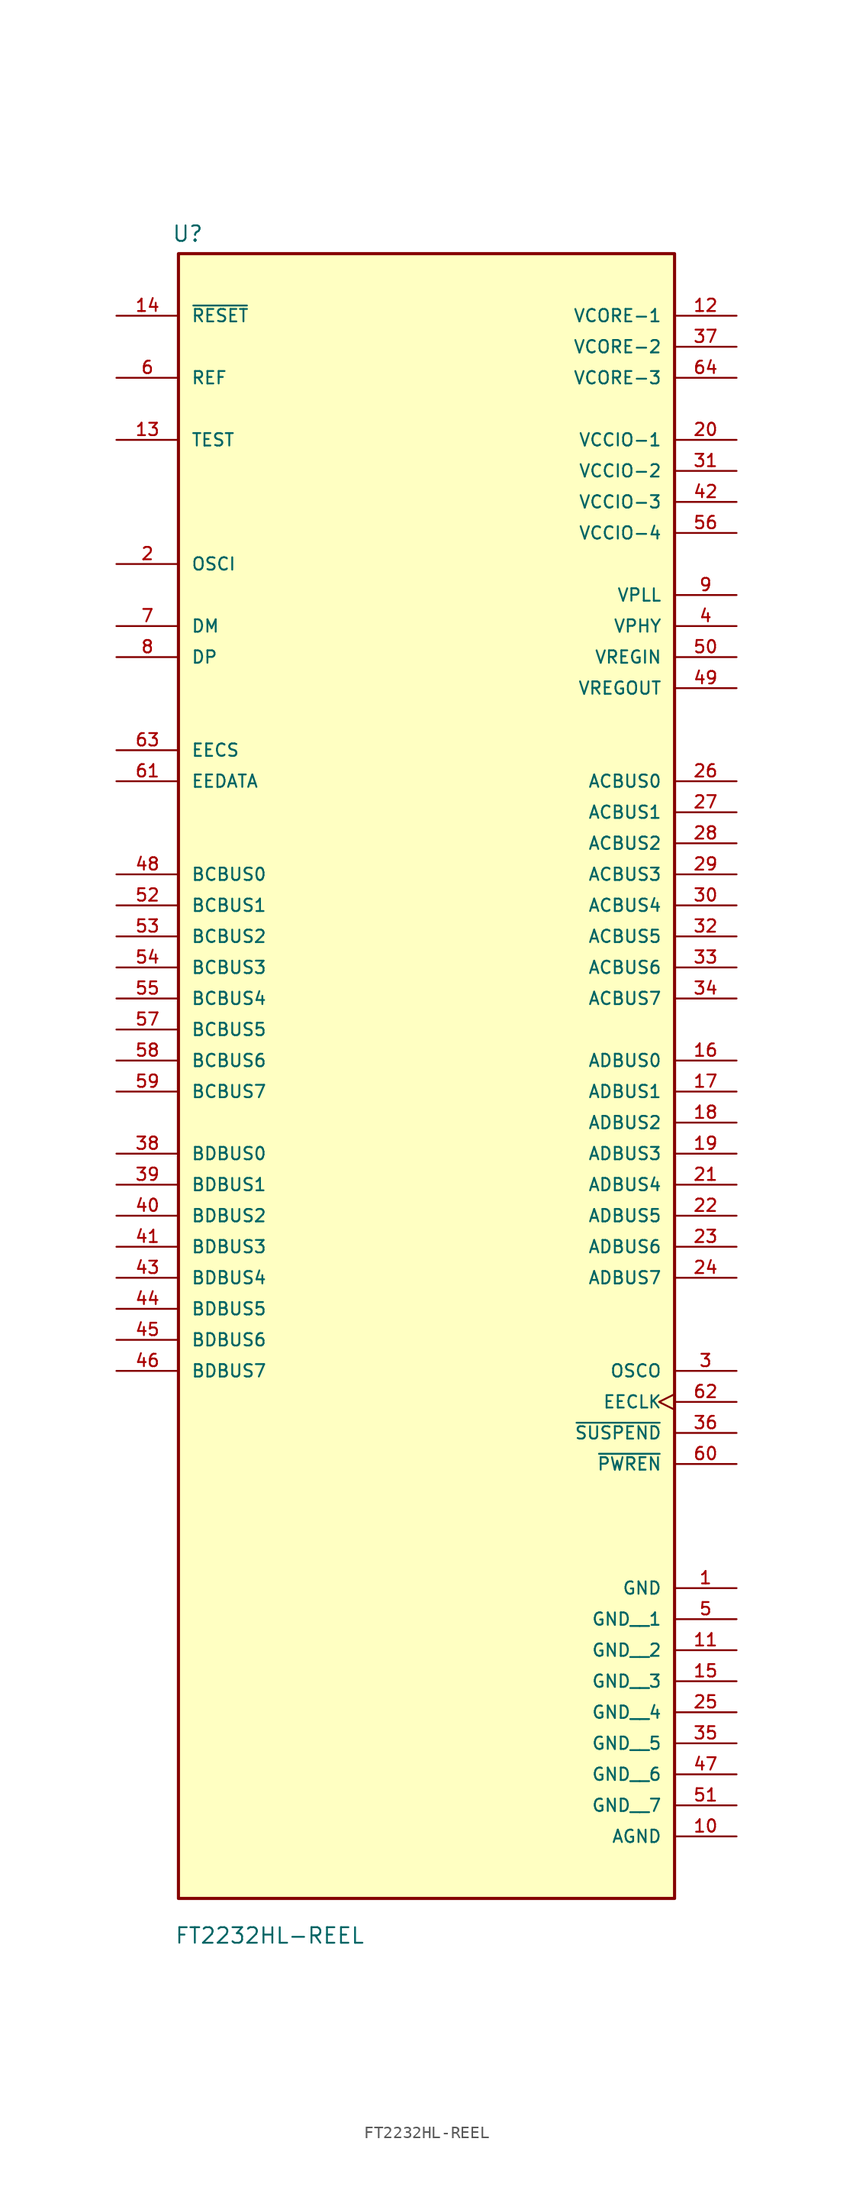
<source format=kicad_sym>
(kicad_symbol_lib
  (version 20241209)
  (generator "kicad_symbol_editor")
  (generator_version "9.0")
  (symbol "FT2232HL-REEL"
    (pin_names
      (offset 1.016))
    (property "Reference" "U"
      (at -20.871 59.303 0)
      (effects (font (size 1.27 1.27)) (justify left bottom)))
    (property "Value" "FT2232HL-REEL"
      (at -20.65 -79.986 0)
      (effects (font (size 1.27 1.27)) (justify left bottom)))
    (symbol "FT2232HL-REEL_0_0"
      (rectangle (start -20.32 -76.2) (end 20.32 58.42) (stroke (width 0.254) (type default)) (fill (type background)))
      (pin input line (at -25.4 53.34 0) (length 5.08) (name "~{RESET}" (effects (font (size 1.016 1.016)))) (number "14" (effects (font (size 1.016 1.016)))))
      (pin input line (at -25.4 48.26 0) (length 5.08) (name "REF" (effects (font (size 1.016 1.016)))) (number "6" (effects (font (size 1.016 1.016)))))
      (pin input line (at -25.4 43.18 0) (length 5.08) (name "TEST" (effects (font (size 1.016 1.016)))) (number "13" (effects (font (size 1.016 1.016)))))
      (pin input line (at -25.4 33.02 0) (length 5.08) (name "OSCI" (effects (font (size 1.016 1.016)))) (number "2" (effects (font (size 1.016 1.016)))))
      (pin bidirectional line (at -25.4 27.94 0) (length 5.08) (name "DM" (effects (font (size 1.016 1.016)))) (number "7" (effects (font (size 1.016 1.016)))))
      (pin bidirectional line (at -25.4 25.4 0) (length 5.08) (name "DP" (effects (font (size 1.016 1.016)))) (number "8" (effects (font (size 1.016 1.016)))))
      (pin bidirectional line (at -25.4 17.78 0) (length 5.08) (name "EECS" (effects (font (size 1.016 1.016)))) (number "63" (effects (font (size 1.016 1.016)))))
      (pin bidirectional line (at -25.4 15.24 0) (length 5.08) (name "EEDATA" (effects (font (size 1.016 1.016)))) (number "61" (effects (font (size 1.016 1.016)))))
      (pin bidirectional line (at -25.4 7.62 0) (length 5.08) (name "BCBUS0" (effects (font (size 1.016 1.016)))) (number "48" (effects (font (size 1.016 1.016)))))
      (pin bidirectional line (at -25.4 5.08 0) (length 5.08) (name "BCBUS1" (effects (font (size 1.016 1.016)))) (number "52" (effects (font (size 1.016 1.016)))))
      (pin bidirectional line (at -25.4 2.54 0) (length 5.08) (name "BCBUS2" (effects (font (size 1.016 1.016)))) (number "53" (effects (font (size 1.016 1.016)))))
      (pin bidirectional line (at -25.4 0 0) (length 5.08) (name "BCBUS3" (effects (font (size 1.016 1.016)))) (number "54" (effects (font (size 1.016 1.016)))))
      (pin bidirectional line (at -25.4 -2.54 0) (length 5.08) (name "BCBUS4" (effects (font (size 1.016 1.016)))) (number "55" (effects (font (size 1.016 1.016)))))
      (pin bidirectional line (at -25.4 -5.08 0) (length 5.08) (name "BCBUS5" (effects (font (size 1.016 1.016)))) (number "57" (effects (font (size 1.016 1.016)))))
      (pin bidirectional line (at -25.4 -7.62 0) (length 5.08) (name "BCBUS6" (effects (font (size 1.016 1.016)))) (number "58" (effects (font (size 1.016 1.016)))))
      (pin bidirectional line (at -25.4 -10.16 0) (length 5.08) (name "BCBUS7" (effects (font (size 1.016 1.016)))) (number "59" (effects (font (size 1.016 1.016)))))
      (pin bidirectional line (at -25.4 -15.24 0) (length 5.08) (name "BDBUS0" (effects (font (size 1.016 1.016)))) (number "38" (effects (font (size 1.016 1.016)))))
      (pin bidirectional line (at -25.4 -17.78 0) (length 5.08) (name "BDBUS1" (effects (font (size 1.016 1.016)))) (number "39" (effects (font (size 1.016 1.016)))))
      (pin bidirectional line (at -25.4 -20.32 0) (length 5.08) (name "BDBUS2" (effects (font (size 1.016 1.016)))) (number "40" (effects (font (size 1.016 1.016)))))
      (pin bidirectional line (at -25.4 -22.86 0) (length 5.08) (name "BDBUS3" (effects (font (size 1.016 1.016)))) (number "41" (effects (font (size 1.016 1.016)))))
      (pin bidirectional line (at -25.4 -25.4 0) (length 5.08) (name "BDBUS4" (effects (font (size 1.016 1.016)))) (number "43" (effects (font (size 1.016 1.016)))))
      (pin bidirectional line (at -25.4 -27.94 0) (length 5.08) (name "BDBUS5" (effects (font (size 1.016 1.016)))) (number "44" (effects (font (size 1.016 1.016)))))
      (pin bidirectional line (at -25.4 -30.48 0) (length 5.08) (name "BDBUS6" (effects (font (size 1.016 1.016)))) (number "45" (effects (font (size 1.016 1.016)))))
      (pin bidirectional line (at -25.4 -33.02 0) (length 5.08) (name "BDBUS7" (effects (font (size 1.016 1.016)))) (number "46" (effects (font (size 1.016 1.016)))))
      (pin power_in line (at 25.4 53.34 180) (length 5.08) (name "VCORE-1" (effects (font (size 1.016 1.016)))) (number "12" (effects (font (size 1.016 1.016)))))
      (pin power_in line (at 25.4 50.8 180) (length 5.08) (name "VCORE-2" (effects (font (size 1.016 1.016)))) (number "37" (effects (font (size 1.016 1.016)))))
      (pin power_in line (at 25.4 48.26 180) (length 5.08) (name "VCORE-3" (effects (font (size 1.016 1.016)))) (number "64" (effects (font (size 1.016 1.016)))))
      (pin power_in line (at 25.4 43.18 180) (length 5.08) (name "VCCIO-1" (effects (font (size 1.016 1.016)))) (number "20" (effects (font (size 1.016 1.016)))))
      (pin power_in line (at 25.4 40.64 180) (length 5.08) (name "VCCIO-2" (effects (font (size 1.016 1.016)))) (number "31" (effects (font (size 1.016 1.016)))))
      (pin power_in line (at 25.4 38.1 180) (length 5.08) (name "VCCIO-3" (effects (font (size 1.016 1.016)))) (number "42" (effects (font (size 1.016 1.016)))))
      (pin power_in line (at 25.4 35.56 180) (length 5.08) (name "VCCIO-4" (effects (font (size 1.016 1.016)))) (number "56" (effects (font (size 1.016 1.016)))))
      (pin power_in line (at 25.4 30.48 180) (length 5.08) (name "VPLL" (effects (font (size 1.016 1.016)))) (number "9" (effects (font (size 1.016 1.016)))))
      (pin power_in line (at 25.4 27.94 180) (length 5.08) (name "VPHY" (effects (font (size 1.016 1.016)))) (number "4" (effects (font (size 1.016 1.016)))))
      (pin power_in line (at 25.4 25.4 180) (length 5.08) (name "VREGIN" (effects (font (size 1.016 1.016)))) (number "50" (effects (font (size 1.016 1.016)))))
      (pin power_in line (at 25.4 22.86 180) (length 5.08) (name "VREGOUT" (effects (font (size 1.016 1.016)))) (number "49" (effects (font (size 1.016 1.016)))))
      (pin bidirectional line (at 25.4 15.24 180) (length 5.08) (name "ACBUS0" (effects (font (size 1.016 1.016)))) (number "26" (effects (font (size 1.016 1.016)))))
      (pin bidirectional line (at 25.4 12.7 180) (length 5.08) (name "ACBUS1" (effects (font (size 1.016 1.016)))) (number "27" (effects (font (size 1.016 1.016)))))
      (pin bidirectional line (at 25.4 10.16 180) (length 5.08) (name "ACBUS2" (effects (font (size 1.016 1.016)))) (number "28" (effects (font (size 1.016 1.016)))))
      (pin bidirectional line (at 25.4 7.62 180) (length 5.08) (name "ACBUS3" (effects (font (size 1.016 1.016)))) (number "29" (effects (font (size 1.016 1.016)))))
      (pin bidirectional line (at 25.4 5.08 180) (length 5.08) (name "ACBUS4" (effects (font (size 1.016 1.016)))) (number "30" (effects (font (size 1.016 1.016)))))
      (pin bidirectional line (at 25.4 2.54 180) (length 5.08) (name "ACBUS5" (effects (font (size 1.016 1.016)))) (number "32" (effects (font (size 1.016 1.016)))))
      (pin bidirectional line (at 25.4 0 180) (length 5.08) (name "ACBUS6" (effects (font (size 1.016 1.016)))) (number "33" (effects (font (size 1.016 1.016)))))
      (pin bidirectional line (at 25.4 -2.54 180) (length 5.08) (name "ACBUS7" (effects (font (size 1.016 1.016)))) (number "34" (effects (font (size 1.016 1.016)))))
      (pin bidirectional line (at 25.4 -7.62 180) (length 5.08) (name "ADBUS0" (effects (font (size 1.016 1.016)))) (number "16" (effects (font (size 1.016 1.016)))))
      (pin bidirectional line (at 25.4 -10.16 180) (length 5.08) (name "ADBUS1" (effects (font (size 1.016 1.016)))) (number "17" (effects (font (size 1.016 1.016)))))
      (pin bidirectional line (at 25.4 -12.7 180) (length 5.08) (name "ADBUS2" (effects (font (size 1.016 1.016)))) (number "18" (effects (font (size 1.016 1.016)))))
      (pin bidirectional line (at 25.4 -15.24 180) (length 5.08) (name "ADBUS3" (effects (font (size 1.016 1.016)))) (number "19" (effects (font (size 1.016 1.016)))))
      (pin bidirectional line (at 25.4 -17.78 180) (length 5.08) (name "ADBUS4" (effects (font (size 1.016 1.016)))) (number "21" (effects (font (size 1.016 1.016)))))
      (pin bidirectional line (at 25.4 -20.32 180) (length 5.08) (name "ADBUS5" (effects (font (size 1.016 1.016)))) (number "22" (effects (font (size 1.016 1.016)))))
      (pin bidirectional line (at 25.4 -22.86 180) (length 5.08) (name "ADBUS6" (effects (font (size 1.016 1.016)))) (number "23" (effects (font (size 1.016 1.016)))))
      (pin bidirectional line (at 25.4 -25.4 180) (length 5.08) (name "ADBUS7" (effects (font (size 1.016 1.016)))) (number "24" (effects (font (size 1.016 1.016)))))
      (pin output line (at 25.4 -33.02 180) (length 5.08) (name "OSCO" (effects (font (size 1.016 1.016)))) (number "3" (effects (font (size 1.016 1.016)))))
      (pin output clock (at 25.4 -35.56 180) (length 5.08) (name "EECLK" (effects (font (size 1.016 1.016)))) (number "62" (effects (font (size 1.016 1.016)))))
      (pin output line (at 25.4 -38.1 180) (length 5.08) (name "~{SUSPEND}" (effects (font (size 1.016 1.016)))) (number "36" (effects (font (size 1.016 1.016)))))
      (pin output line (at 25.4 -40.64 180) (length 5.08) (name "~{PWREN}" (effects (font (size 1.016 1.016)))) (number "60" (effects (font (size 1.016 1.016)))))
      (pin power_in line (at 25.4 -50.8 180) (length 5.08) (name "GND" (effects (font (size 1.016 1.016)))) (number "1" (effects (font (size 1.016 1.016)))))
      (pin power_in line (at 25.4 -53.34 180) (length 5.08) (name "GND__1" (effects (font (size 1.016 1.016)))) (number "5" (effects (font (size 1.016 1.016)))))
      (pin power_in line (at 25.4 -55.88 180) (length 5.08) (name "GND__2" (effects (font (size 1.016 1.016)))) (number "11" (effects (font (size 1.016 1.016)))))
      (pin power_in line (at 25.4 -58.42 180) (length 5.08) (name "GND__3" (effects (font (size 1.016 1.016)))) (number "15" (effects (font (size 1.016 1.016)))))
      (pin power_in line (at 25.4 -60.96 180) (length 5.08) (name "GND__4" (effects (font (size 1.016 1.016)))) (number "25" (effects (font (size 1.016 1.016)))))
      (pin power_in line (at 25.4 -63.5 180) (length 5.08) (name "GND__5" (effects (font (size 1.016 1.016)))) (number "35" (effects (font (size 1.016 1.016)))))
      (pin power_in line (at 25.4 -66.04 180) (length 5.08) (name "GND__6" (effects (font (size 1.016 1.016)))) (number "47" (effects (font (size 1.016 1.016)))))
      (pin power_in line (at 25.4 -68.58 180) (length 5.08) (name "GND__7" (effects (font (size 1.016 1.016)))) (number "51" (effects (font (size 1.016 1.016)))))
      (pin power_in line (at 25.4 -71.12 180) (length 5.08) (name "AGND" (effects (font (size 1.016 1.016)))) (number "10" (effects (font (size 1.016 1.016))))))))
</source>
